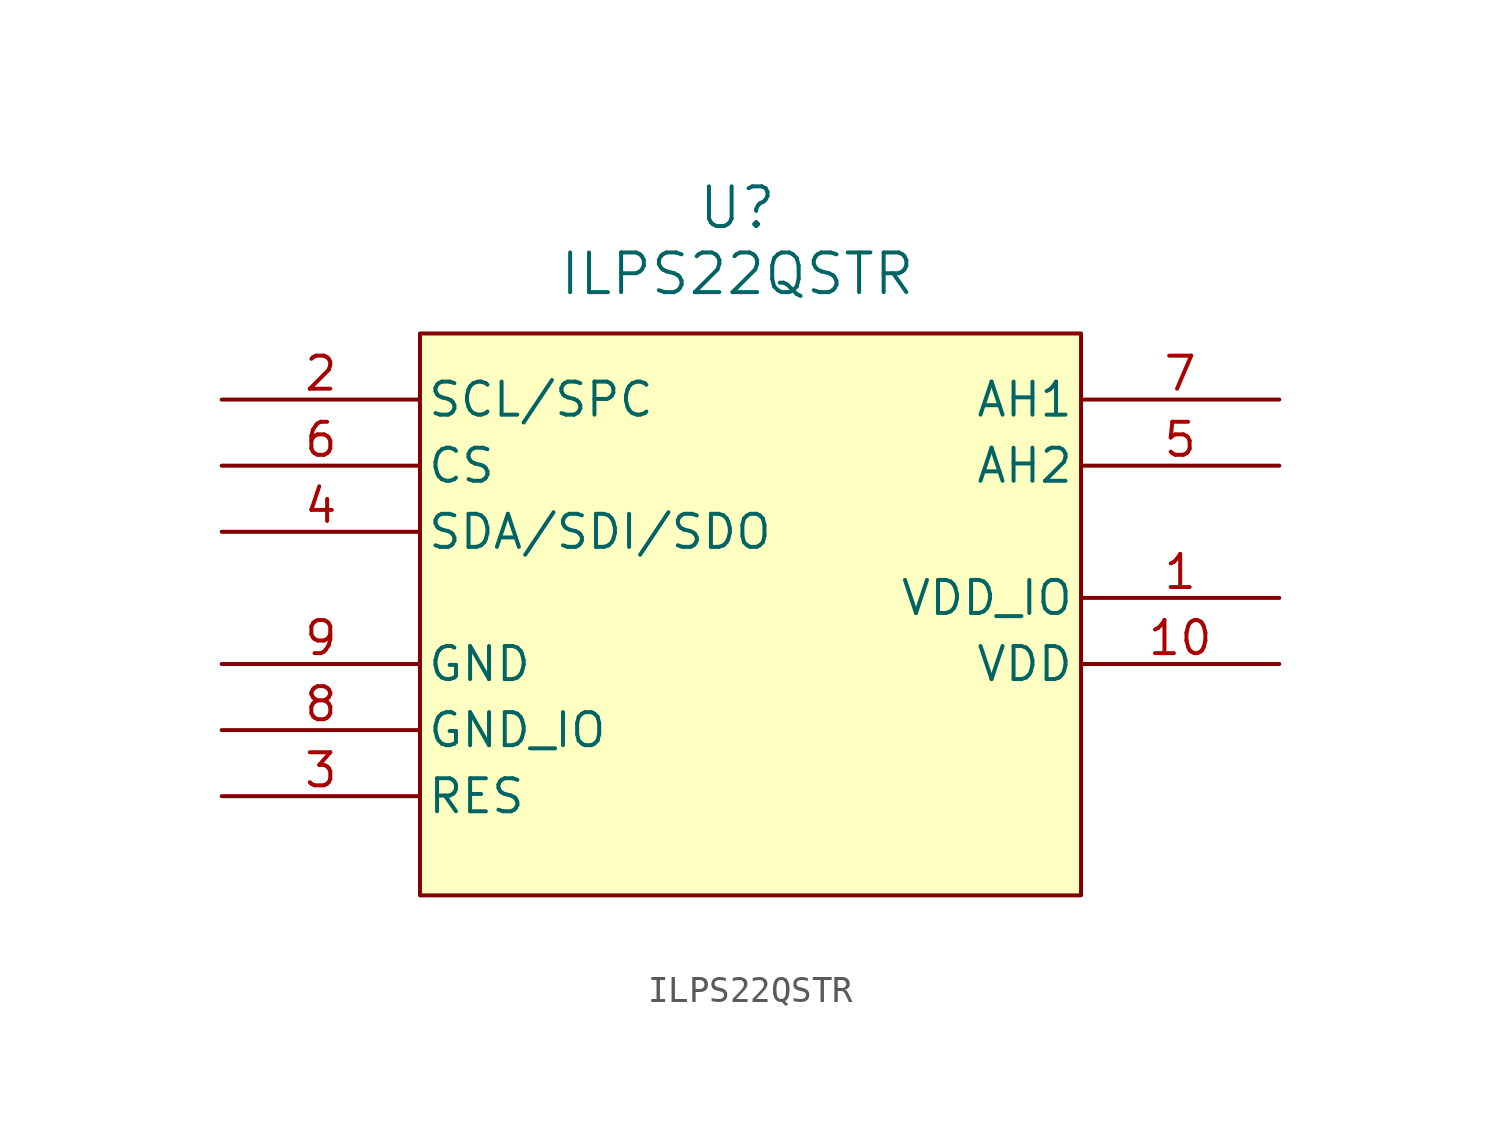
<source format=kicad_sym>
(kicad_symbol_lib
  (version 20241209)
  (generator "kicad_symbol_editor")
  (generator_version "9.0")
  (symbol "ILPS22QSTR"
    (pin_names
      (offset 0.254))
    (property "Reference" "U"
      (at 12.192 4.826 0)
      (effects (font (size 1.524 1.524))))
    (property "Value" "ILPS22QSTR"
      (at 12.192 2.286 0)
      (effects (font (size 1.524 1.524))))
    (property "ki_locked" ""
      (at 0 0 0)
      (effects (font (size 1.27 1.27))))
    (symbol "ILPS22QSTR_0_1"
      (pin input line (at -7.62 -2.54 0) (length 7.62) (name "SCL/SPC" (effects (font (size 1.27 1.27)))) (number "2" (effects (font (size 1.27 1.27)))))
      (pin unspecified line (at -7.62 -5.08 0) (length 7.62) (name "CS" (effects (font (size 1.27 1.27)))) (number "6" (effects (font (size 1.27 1.27)))))
      (pin bidirectional line (at -7.62 -7.62 0) (length 7.62) (name "SDA/SDI/SDO" (effects (font (size 1.27 1.27)))) (number "4" (effects (font (size 1.27 1.27)))))
      (pin power_out line (at -7.62 -12.7 0) (length 7.62) (name "GND" (effects (font (size 1.27 1.27)))) (number "9" (effects (font (size 1.27 1.27)))))
      (pin power_out line (at -7.62 -15.24 0) (length 7.62) (name "GND_IO" (effects (font (size 1.27 1.27)))) (number "8" (effects (font (size 1.27 1.27)))))
      (pin power_out line (at -7.62 -17.78 0) (length 7.62) (name "RES" (effects (font (size 1.27 1.27)))) (number "3" (effects (font (size 1.27 1.27)))))
      (pin bidirectional line (at 33.02 -2.54 180) (length 7.62) (name "AH1" (effects (font (size 1.27 1.27)))) (number "7" (effects (font (size 1.27 1.27)))))
      (pin bidirectional line (at 33.02 -5.08 180) (length 7.62) (name "AH2" (effects (font (size 1.27 1.27)))) (number "5" (effects (font (size 1.27 1.27)))))
      (pin power_in line (at 33.02 -10.16 180) (length 7.62) (name "VDD_IO" (effects (font (size 1.27 1.27)))) (number "1" (effects (font (size 1.27 1.27)))))
      (pin power_in line (at 33.02 -12.7 180) (length 7.62) (name "VDD" (effects (font (size 1.27 1.27)))) (number "10" (effects (font (size 1.27 1.27))))))
    (symbol "ILPS22QSTR_1_1"
      (rectangle (start 0 0) (end 25.4 -21.59) (stroke (width 0) (type solid)) (fill (type background))))))
</source>
